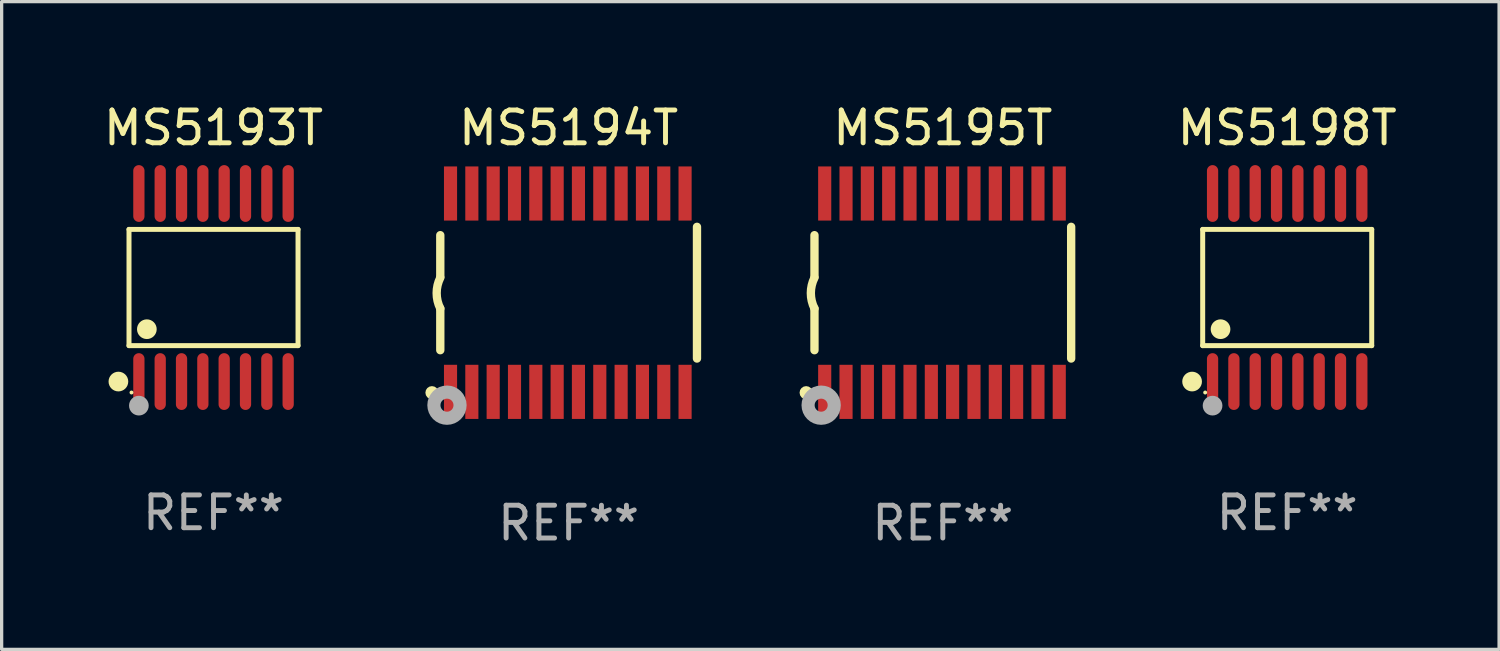
<source format=kicad_pcb>
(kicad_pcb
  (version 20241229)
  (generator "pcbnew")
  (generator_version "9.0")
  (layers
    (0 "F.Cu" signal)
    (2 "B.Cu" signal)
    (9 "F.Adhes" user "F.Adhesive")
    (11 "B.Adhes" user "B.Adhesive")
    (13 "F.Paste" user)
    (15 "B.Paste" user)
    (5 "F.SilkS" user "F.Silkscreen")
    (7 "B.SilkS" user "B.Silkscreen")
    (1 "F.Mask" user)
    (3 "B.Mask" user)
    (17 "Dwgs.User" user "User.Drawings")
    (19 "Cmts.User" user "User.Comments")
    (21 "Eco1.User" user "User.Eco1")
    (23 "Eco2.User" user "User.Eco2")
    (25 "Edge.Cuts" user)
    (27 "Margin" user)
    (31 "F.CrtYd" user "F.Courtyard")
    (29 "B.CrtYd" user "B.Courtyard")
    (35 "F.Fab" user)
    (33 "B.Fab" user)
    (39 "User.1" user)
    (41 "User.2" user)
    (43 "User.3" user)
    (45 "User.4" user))
  (footprint "MS5194T"
    (layer "F.Cu")
    (at 14.282 5.871)
    (property "Reference" "MS5194T" (at 0 -5.023 0) (layer "F.SilkS") (effects (font (size 1 1) (thickness 0.15))))
    (attr through_hole)
    (fp_line (start -3.912 -0.483) (end -3.912 -1.753) (stroke (width 0.254) (type solid)) (layer "F.SilkS"))
    (fp_line (start -3.912 1.753) (end -3.912 0.483) (stroke (width 0.254) (type solid)) (layer "F.SilkS"))
    (fp_line (start 3.912 -2.007) (end 3.912 2.007) (stroke (width 0.254) (type solid)) (layer "F.SilkS"))
    (fp_arc (start -3.911608 0.482601) (mid -4.022537 0.0127) (end -3.911608 -0.457201) (stroke (width 0.254001) (type solid)) (layer "F.SilkS"))
    (fp_circle (center -4.166 3.048) (end -4.066 3.048) (stroke (width 0.2) (type solid)) (fill no) (layer "F.SilkS"))
    (fp_circle (center -3.925 3.186) (end -3.895 3.186) (stroke (width 0.06) (type solid)) (fill no) (layer "F.SilkS"))
    (fp_circle (center -3.708 3.429) (end -3.509 3.429) (stroke (width 0.4) (type solid)) (fill no) (layer "F.Fab"))
    (fp_text user "REF**" (at 0 7.023 0) (layer "F.Fab") (effects (font (size 1 1) (thickness 0.15))))
    (pad "1" smd rect (at -3.6 3.023) (size 0.4 1.65) (layers "F.Cu" "F.Mask" "F.Paste"))
    (pad "2" smd rect (at -2.95 3.023) (size 0.4 1.65) (layers "F.Cu" "F.Mask" "F.Paste"))
    (pad "3" smd rect (at -2.3 3.023) (size 0.4 1.65) (layers "F.Cu" "F.Mask" "F.Paste"))
    (pad "4" smd rect (at -1.65 3.023) (size 0.4 1.65) (layers "F.Cu" "F.Mask" "F.Paste"))
    (pad "5" smd rect (at -1 3.023) (size 0.4 1.65) (layers "F.Cu" "F.Mask" "F.Paste"))
    (pad "6" smd rect (at -0.35 3.023) (size 0.4 1.65) (layers "F.Cu" "F.Mask" "F.Paste"))
    (pad "7" smd rect (at 0.299 3.023) (size 0.4 1.65) (layers "F.Cu" "F.Mask" "F.Paste"))
    (pad "8" smd rect (at 0.95 3.023) (size 0.4 1.65) (layers "F.Cu" "F.Mask" "F.Paste"))
    (pad "9" smd rect (at 1.6 3.023) (size 0.4 1.65) (layers "F.Cu" "F.Mask" "F.Paste"))
    (pad "10" smd rect (at 2.25 3.023) (size 0.4 1.65) (layers "F.Cu" "F.Mask" "F.Paste"))
    (pad "11" smd rect (at 2.9 3.023) (size 0.4 1.65) (layers "F.Cu" "F.Mask" "F.Paste"))
    (pad "12" smd rect (at 3.549 3.023) (size 0.4 1.65) (layers "F.Cu" "F.Mask" "F.Paste"))
    (pad "13" smd rect (at 3.549 -3.023) (size 0.4 1.65) (layers "F.Cu" "F.Mask" "F.Paste"))
    (pad "14" smd rect (at 2.9 -3.023) (size 0.4 1.65) (layers "F.Cu" "F.Mask" "F.Paste"))
    (pad "15" smd rect (at 2.25 -3.023) (size 0.4 1.65) (layers "F.Cu" "F.Mask" "F.Paste"))
    (pad "16" smd rect (at 1.6 -3.023) (size 0.4 1.65) (layers "F.Cu" "F.Mask" "F.Paste"))
    (pad "17" smd rect (at 0.95 -3.023) (size 0.4 1.65) (layers "F.Cu" "F.Mask" "F.Paste"))
    (pad "18" smd rect (at 0.299 -3.023) (size 0.4 1.65) (layers "F.Cu" "F.Mask" "F.Paste"))
    (pad "19" smd rect (at -0.35 -3.023) (size 0.4 1.65) (layers "F.Cu" "F.Mask" "F.Paste"))
    (pad "20" smd rect (at -1 -3.023) (size 0.4 1.65) (layers "F.Cu" "F.Mask" "F.Paste"))
    (pad "21" smd rect (at -1.65 -3.023) (size 0.4 1.65) (layers "F.Cu" "F.Mask" "F.Paste"))
    (pad "22" smd rect (at -2.3 -3.023) (size 0.4 1.65) (layers "F.Cu" "F.Mask" "F.Paste"))
    (pad "23" smd rect (at -2.95 -3.023) (size 0.4 1.65) (layers "F.Cu" "F.Mask" "F.Paste"))
    (pad "24" smd rect (at -3.6 -3.023) (size 0.4 1.65) (layers "F.Cu" "F.Mask" "F.Paste")))
  (footprint "MS5198T"
    (layer "F.Cu")
    (at 36.184 5.714)
    (property "Reference" "MS5198T" (at 0 -4.866 0) (layer "F.SilkS") (effects (font (size 1 1) (thickness 0.15))))
    (attr through_hole)
    (fp_line (start -2.576 -1.772) (end 2.576 -1.772) (stroke (width 0.152) (type solid)) (layer "F.SilkS"))
    (fp_line (start -2.576 1.771) (end -2.576 -1.772) (stroke (width 0.152) (type solid)) (layer "F.SilkS"))
    (fp_line (start 2.576 -1.772) (end 2.576 1.771) (stroke (width 0.152) (type solid)) (layer "F.SilkS"))
    (fp_line (start 2.576 1.771) (end -2.576 1.771) (stroke (width 0.152) (type solid)) (layer "F.SilkS"))
    (fp_circle (center -2.899 2.866) (end -2.749 2.866) (stroke (width 0.3) (type solid)) (fill no) (layer "F.SilkS"))
    (fp_circle (center -2.5 3.2) (end -2.47 3.2) (stroke (width 0.06) (type solid)) (fill no) (layer "F.SilkS"))
    (fp_circle (center -2.032 1.27) (end -1.882 1.27) (stroke (width 0.3) (type solid)) (fill no) (layer "F.SilkS"))
    (fp_circle (center -2.275 3.6) (end -2.125 3.6) (stroke (width 0.3) (type solid)) (fill no) (layer "F.Fab"))
    (fp_text user "REF**" (at 0 6.866 0) (layer "F.Fab") (effects (font (size 1 1) (thickness 0.15))))
    (pad "1" smd oval (at -2.275 2.866) (size 0.343 1.731) (layers "F.Cu" "F.Mask" "F.Paste"))
    (pad "2" smd oval (at -1.625 2.866) (size 0.343 1.731) (layers "F.Cu" "F.Mask" "F.Paste"))
    (pad "3" smd oval (at -0.975 2.866) (size 0.343 1.731) (layers "F.Cu" "F.Mask" "F.Paste"))
    (pad "4" smd oval (at -0.325 2.866) (size 0.343 1.731) (layers "F.Cu" "F.Mask" "F.Paste"))
    (pad "5" smd oval (at 0.325 2.866) (size 0.343 1.731) (layers "F.Cu" "F.Mask" "F.Paste"))
    (pad "6" smd oval (at 0.975 2.866) (size 0.343 1.731) (layers "F.Cu" "F.Mask" "F.Paste"))
    (pad "7" smd oval (at 1.625 2.866) (size 0.343 1.731) (layers "F.Cu" "F.Mask" "F.Paste"))
    (pad "8" smd oval (at 2.275 2.866) (size 0.343 1.731) (layers "F.Cu" "F.Mask" "F.Paste"))
    (pad "9" smd oval (at 2.275 -2.866) (size 0.343 1.731) (layers "F.Cu" "F.Mask" "F.Paste"))
    (pad "10" smd oval (at 1.625 -2.866) (size 0.343 1.731) (layers "F.Cu" "F.Mask" "F.Paste"))
    (pad "11" smd oval (at 0.975 -2.866) (size 0.343 1.731) (layers "F.Cu" "F.Mask" "F.Paste"))
    (pad "12" smd oval (at 0.325 -2.866) (size 0.343 1.731) (layers "F.Cu" "F.Mask" "F.Paste"))
    (pad "13" smd oval (at -0.325 -2.866) (size 0.343 1.731) (layers "F.Cu" "F.Mask" "F.Paste"))
    (pad "14" smd oval (at -0.975 -2.866) (size 0.343 1.731) (layers "F.Cu" "F.Mask" "F.Paste"))
    (pad "15" smd oval (at -1.625 -2.866) (size 0.343 1.731) (layers "F.Cu" "F.Mask" "F.Paste"))
    (pad "16" smd oval (at -2.275 -2.866) (size 0.343 1.731) (layers "F.Cu" "F.Mask" "F.Paste")))
  (footprint "MS5195T"
    (layer "F.Cu")
    (at 25.687 5.871)
    (property "Reference" "MS5195T" (at 0 -5.023 0) (layer "F.SilkS") (effects (font (size 1 1) (thickness 0.15))))
    (attr through_hole)
    (fp_line (start -3.912 -0.483) (end -3.912 -1.753) (stroke (width 0.254) (type solid)) (layer "F.SilkS"))
    (fp_line (start -3.912 1.753) (end -3.912 0.483) (stroke (width 0.254) (type solid)) (layer "F.SilkS"))
    (fp_line (start 3.912 -2.007) (end 3.912 2.007) (stroke (width 0.254) (type solid)) (layer "F.SilkS"))
    (fp_arc (start -3.911608 0.482601) (mid -4.022537 0.0127) (end -3.911608 -0.457201) (stroke (width 0.254001) (type solid)) (layer "F.SilkS"))
    (fp_circle (center -4.166 3.048) (end -4.066 3.048) (stroke (width 0.2) (type solid)) (fill no) (layer "F.SilkS"))
    (fp_circle (center -3.925 3.186) (end -3.895 3.186) (stroke (width 0.06) (type solid)) (fill no) (layer "F.SilkS"))
    (fp_circle (center -3.708 3.429) (end -3.509 3.429) (stroke (width 0.4) (type solid)) (fill no) (layer "F.Fab"))
    (fp_text user "REF**" (at 0 7.023 0) (layer "F.Fab") (effects (font (size 1 1) (thickness 0.15))))
    (pad "1" smd rect (at -3.6 3.023) (size 0.4 1.65) (layers "F.Cu" "F.Mask" "F.Paste"))
    (pad "2" smd rect (at -2.95 3.023) (size 0.4 1.65) (layers "F.Cu" "F.Mask" "F.Paste"))
    (pad "3" smd rect (at -2.3 3.023) (size 0.4 1.65) (layers "F.Cu" "F.Mask" "F.Paste"))
    (pad "4" smd rect (at -1.65 3.023) (size 0.4 1.65) (layers "F.Cu" "F.Mask" "F.Paste"))
    (pad "5" smd rect (at -1 3.023) (size 0.4 1.65) (layers "F.Cu" "F.Mask" "F.Paste"))
    (pad "6" smd rect (at -0.35 3.023) (size 0.4 1.65) (layers "F.Cu" "F.Mask" "F.Paste"))
    (pad "7" smd rect (at 0.299 3.023) (size 0.4 1.65) (layers "F.Cu" "F.Mask" "F.Paste"))
    (pad "8" smd rect (at 0.95 3.023) (size 0.4 1.65) (layers "F.Cu" "F.Mask" "F.Paste"))
    (pad "9" smd rect (at 1.6 3.023) (size 0.4 1.65) (layers "F.Cu" "F.Mask" "F.Paste"))
    (pad "10" smd rect (at 2.25 3.023) (size 0.4 1.65) (layers "F.Cu" "F.Mask" "F.Paste"))
    (pad "11" smd rect (at 2.9 3.023) (size 0.4 1.65) (layers "F.Cu" "F.Mask" "F.Paste"))
    (pad "12" smd rect (at 3.549 3.023) (size 0.4 1.65) (layers "F.Cu" "F.Mask" "F.Paste"))
    (pad "13" smd rect (at 3.549 -3.023) (size 0.4 1.65) (layers "F.Cu" "F.Mask" "F.Paste"))
    (pad "14" smd rect (at 2.9 -3.023) (size 0.4 1.65) (layers "F.Cu" "F.Mask" "F.Paste"))
    (pad "15" smd rect (at 2.25 -3.023) (size 0.4 1.65) (layers "F.Cu" "F.Mask" "F.Paste"))
    (pad "16" smd rect (at 1.6 -3.023) (size 0.4 1.65) (layers "F.Cu" "F.Mask" "F.Paste"))
    (pad "17" smd rect (at 0.95 -3.023) (size 0.4 1.65) (layers "F.Cu" "F.Mask" "F.Paste"))
    (pad "18" smd rect (at 0.299 -3.023) (size 0.4 1.65) (layers "F.Cu" "F.Mask" "F.Paste"))
    (pad "19" smd rect (at -0.35 -3.023) (size 0.4 1.65) (layers "F.Cu" "F.Mask" "F.Paste"))
    (pad "20" smd rect (at -1 -3.023) (size 0.4 1.65) (layers "F.Cu" "F.Mask" "F.Paste"))
    (pad "21" smd rect (at -1.65 -3.023) (size 0.4 1.65) (layers "F.Cu" "F.Mask" "F.Paste"))
    (pad "22" smd rect (at -2.3 -3.023) (size 0.4 1.65) (layers "F.Cu" "F.Mask" "F.Paste"))
    (pad "23" smd rect (at -2.95 -3.023) (size 0.4 1.65) (layers "F.Cu" "F.Mask" "F.Paste"))
    (pad "24" smd rect (at -3.6 -3.023) (size 0.4 1.65) (layers "F.Cu" "F.Mask" "F.Paste")))
  (footprint "MS5193T"
    (layer "F.Cu")
    (at 3.458 5.714)
    (property "Reference" "MS5193T" (at 0 -4.866 0) (layer "F.SilkS") (effects (font (size 1 1) (thickness 0.15))))
    (attr through_hole)
    (fp_line (start -2.576 -1.772) (end 2.576 -1.772) (stroke (width 0.152) (type solid)) (layer "F.SilkS"))
    (fp_line (start -2.576 1.771) (end -2.576 -1.772) (stroke (width 0.152) (type solid)) (layer "F.SilkS"))
    (fp_line (start 2.576 -1.772) (end 2.576 1.771) (stroke (width 0.152) (type solid)) (layer "F.SilkS"))
    (fp_line (start 2.576 1.771) (end -2.576 1.771) (stroke (width 0.152) (type solid)) (layer "F.SilkS"))
    (fp_circle (center -2.899 2.866) (end -2.749 2.866) (stroke (width 0.3) (type solid)) (fill no) (layer "F.SilkS"))
    (fp_circle (center -2.5 3.2) (end -2.47 3.2) (stroke (width 0.06) (type solid)) (fill no) (layer "F.SilkS"))
    (fp_circle (center -2.032 1.27) (end -1.882 1.27) (stroke (width 0.3) (type solid)) (fill no) (layer "F.SilkS"))
    (fp_circle (center -2.275 3.6) (end -2.125 3.6) (stroke (width 0.3) (type solid)) (fill no) (layer "F.Fab"))
    (fp_text user "REF**" (at 0 6.866 0) (layer "F.Fab") (effects (font (size 1 1) (thickness 0.15))))
    (pad "1" smd oval (at -2.275 2.866) (size 0.343 1.731) (layers "F.Cu" "F.Mask" "F.Paste"))
    (pad "2" smd oval (at -1.625 2.866) (size 0.343 1.731) (layers "F.Cu" "F.Mask" "F.Paste"))
    (pad "3" smd oval (at -0.975 2.866) (size 0.343 1.731) (layers "F.Cu" "F.Mask" "F.Paste"))
    (pad "4" smd oval (at -0.325 2.866) (size 0.343 1.731) (layers "F.Cu" "F.Mask" "F.Paste"))
    (pad "5" smd oval (at 0.325 2.866) (size 0.343 1.731) (layers "F.Cu" "F.Mask" "F.Paste"))
    (pad "6" smd oval (at 0.975 2.866) (size 0.343 1.731) (layers "F.Cu" "F.Mask" "F.Paste"))
    (pad "7" smd oval (at 1.625 2.866) (size 0.343 1.731) (layers "F.Cu" "F.Mask" "F.Paste"))
    (pad "8" smd oval (at 2.275 2.866) (size 0.343 1.731) (layers "F.Cu" "F.Mask" "F.Paste"))
    (pad "9" smd oval (at 2.275 -2.866) (size 0.343 1.731) (layers "F.Cu" "F.Mask" "F.Paste"))
    (pad "10" smd oval (at 1.625 -2.866) (size 0.343 1.731) (layers "F.Cu" "F.Mask" "F.Paste"))
    (pad "11" smd oval (at 0.975 -2.866) (size 0.343 1.731) (layers "F.Cu" "F.Mask" "F.Paste"))
    (pad "12" smd oval (at 0.325 -2.866) (size 0.343 1.731) (layers "F.Cu" "F.Mask" "F.Paste"))
    (pad "13" smd oval (at -0.325 -2.866) (size 0.343 1.731) (layers "F.Cu" "F.Mask" "F.Paste"))
    (pad "14" smd oval (at -0.975 -2.866) (size 0.343 1.731) (layers "F.Cu" "F.Mask" "F.Paste"))
    (pad "15" smd oval (at -1.625 -2.866) (size 0.343 1.731) (layers "F.Cu" "F.Mask" "F.Paste"))
    (pad "16" smd oval (at -2.275 -2.866) (size 0.343 1.731) (layers "F.Cu" "F.Mask" "F.Paste")))
  (gr_rect
    (start -3 -3)
    (end 42.642 16.742)
    (stroke (width 0.1) (type default))
    (fill no)
    (layer "Edge.Cuts")))
</source>
